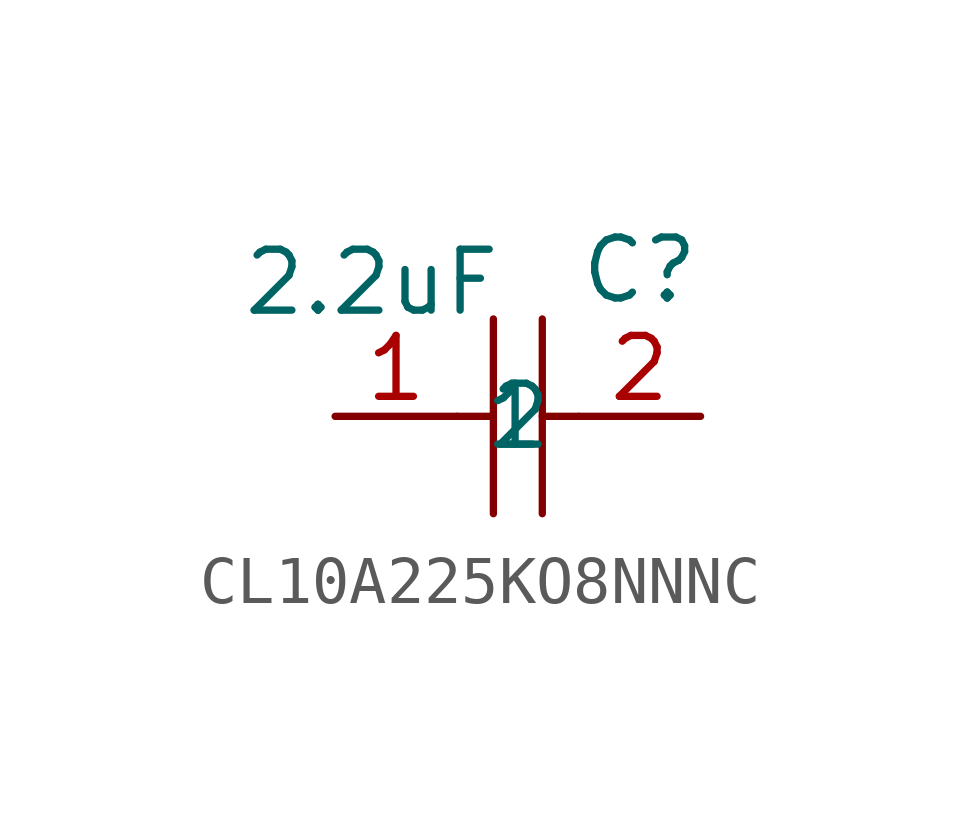
<source format=kicad_sym>
(kicad_symbol_lib
  (version 20231120)
  (generator "kicad_symbol_editor")
  (generator_version "8.0")
  (symbol "CL10A225KO8NNNC"
    (property "Reference" "C"
      (at 2.54 3.048 0)
      (effects (font (size 1.27 1.27))))
    (property "Value" "2.2uF"
      (at -3.048 2.794 0)
      (effects (font (size 1.27 1.27))))
    (symbol "CL10A225KO8NNNC_0_1"
      (polyline (pts (xy -1.27 0) (xy -0.51 0)) (stroke (width 0) (type default)) (fill (type none)))
      (polyline (pts (xy -0.51 2.03) (xy -0.51 -2.03)) (stroke (width 0) (type default)) (fill (type none)))
      (polyline (pts (xy 0.51 0) (xy 1.27 0)) (stroke (width 0) (type default)) (fill (type none)))
      (polyline (pts (xy 0.51 2.03) (xy 0.51 -2.03)) (stroke (width 0) (type default)) (fill (type none)))
      (pin passive line (at -3.81 0 0) (length 2.54) (name "1" (effects (font (size 1.27 1.27)))) (number "1" (effects (font (size 1.27 1.27)))))
      (pin passive line (at 3.81 0 180) (length 2.54) (name "2" (effects (font (size 1.27 1.27)))) (number "2" (effects (font (size 1.27 1.27))))))))
</source>
